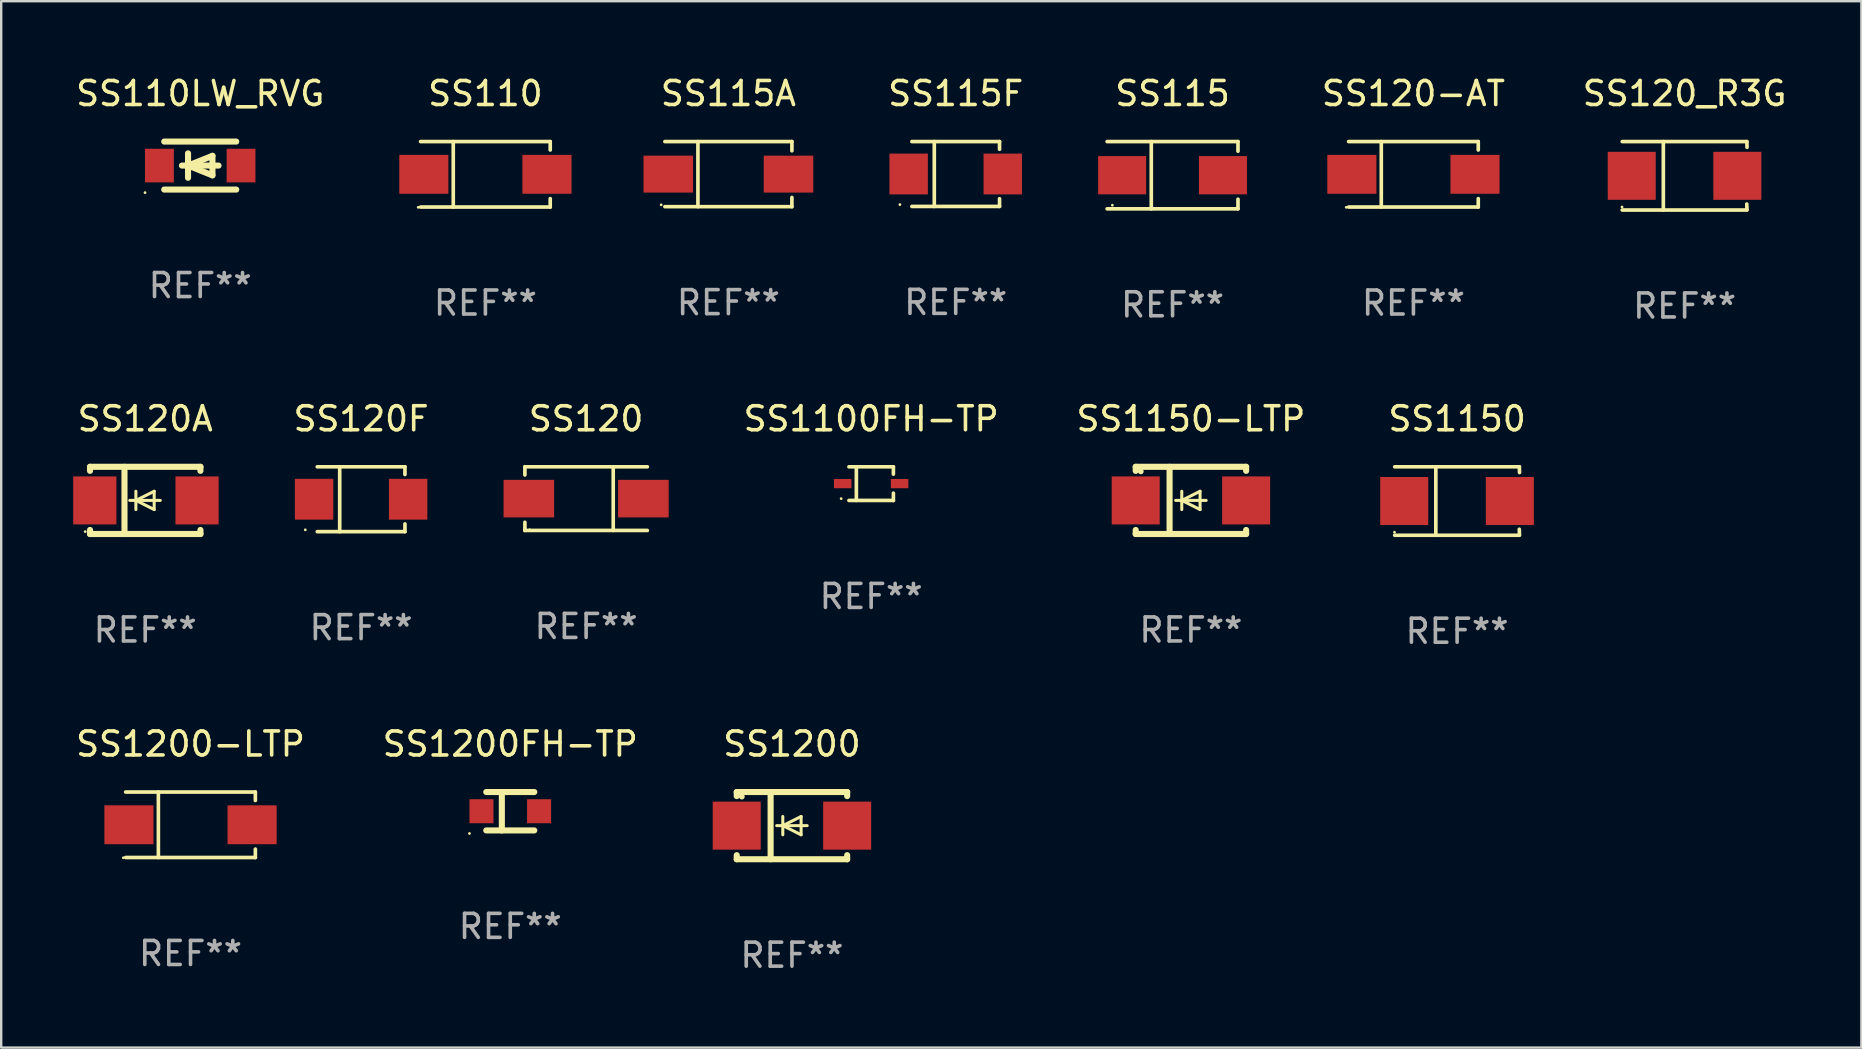
<source format=kicad_pcb>
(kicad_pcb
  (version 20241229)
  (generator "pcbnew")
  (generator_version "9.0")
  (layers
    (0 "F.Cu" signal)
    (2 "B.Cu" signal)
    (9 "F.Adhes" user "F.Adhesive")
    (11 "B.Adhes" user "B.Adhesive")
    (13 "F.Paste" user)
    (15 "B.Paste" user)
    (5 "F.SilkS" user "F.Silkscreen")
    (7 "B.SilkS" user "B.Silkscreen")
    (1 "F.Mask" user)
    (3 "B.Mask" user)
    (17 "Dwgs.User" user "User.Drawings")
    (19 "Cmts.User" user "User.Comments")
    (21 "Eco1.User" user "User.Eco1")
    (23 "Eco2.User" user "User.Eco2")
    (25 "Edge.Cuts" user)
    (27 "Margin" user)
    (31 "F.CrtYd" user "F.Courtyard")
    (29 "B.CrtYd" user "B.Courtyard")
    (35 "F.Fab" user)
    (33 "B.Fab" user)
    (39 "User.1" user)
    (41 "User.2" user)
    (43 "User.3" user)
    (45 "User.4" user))
  (footprint "SS110"
    (layer "F.Cu")
    (at 17.172 4.212)
    (property "Reference" "SS110" (at 0 -3.364 0) (layer "F.SilkS") (effects (font (size 1 1) (thickness 0.15))))
    (attr through_hole)
    (fp_line (start -2.701 -1.364) (end 2.701 -1.364) (stroke (width 0.152) (type solid)) (layer "F.SilkS"))
    (fp_line (start -2.701 1.364) (end 2.701 1.364) (stroke (width 0.152) (type solid)) (layer "F.SilkS"))
    (fp_line (start -1.339 -1.364) (end -1.339 1.364) (stroke (width 0.152) (type solid)) (layer "F.SilkS"))
    (fp_line (start 2.701 -1.364) (end 2.701 -1.013) (stroke (width 0.152) (type solid)) (layer "F.SilkS"))
    (fp_line (start 2.701 1.364) (end 2.701 1.013) (stroke (width 0.152) (type solid)) (layer "F.SilkS"))
    (fp_circle (center -2.8 1.375) (end -2.77 1.375) (stroke (width 0.06) (type solid)) (fill no) (layer "F.SilkS"))
    (fp_text user "REF**" (at 0 5.364 0) (layer "F.Fab") (effects (font (size 1 1) (thickness 0.15))))
    (pad "1" smd rect (at -2.565 -0.000025) (size 2.046 1.62) (layers "F.Cu" "F.Mask" "F.Paste"))
    (pad "2" smd rect (at 2.565 -0.000025) (size 2.046 1.62) (layers "F.Cu" "F.Mask" "F.Paste")))
  (footprint "SS1150-LTP"
    (layer "F.Cu")
    (at 46.564 17.797)
    (property "Reference" "SS1150-LTP" (at 0 -3.4 0) (layer "F.SilkS") (effects (font (size 1 1) (thickness 0.15))))
    (attr through_hole)
    (fp_line (start -2.3 -1.4) (end -2.3 -1.231) (stroke (width 0.254) (type solid)) (layer "F.SilkS"))
    (fp_line (start -2.3 -1.4) (end 2.3 -1.4) (stroke (width 0.254) (type solid)) (layer "F.SilkS"))
    (fp_line (start -2.3 1.231) (end -2.3 1.4) (stroke (width 0.254) (type solid)) (layer "F.SilkS"))
    (fp_line (start -2.3 1.4) (end 2.3 1.4) (stroke (width 0.254) (type solid)) (layer "F.SilkS"))
    (fp_line (start -0.889 1.4) (end -0.889 -1.4) (stroke (width 0.254) (type solid)) (layer "F.SilkS"))
    (fp_line (start -0.381 0) (end -0.381 -0.381) (stroke (width 0.127) (type solid)) (layer "F.SilkS"))
    (fp_line (start -0.381 0) (end -0.381 0.381) (stroke (width 0.127) (type solid)) (layer "F.SilkS"))
    (fp_line (start 0.381 -0.381) (end -0.381 0) (stroke (width 0.127) (type solid)) (layer "F.SilkS"))
    (fp_line (start 0.381 0) (end 0.381 -0.381) (stroke (width 0.127) (type solid)) (layer "F.SilkS"))
    (fp_line (start 0.381 0) (end 0.381 0.381) (stroke (width 0.127) (type solid)) (layer "F.SilkS"))
    (fp_line (start 0.381 0.381) (end -0.381 0) (stroke (width 0.127) (type solid)) (layer "F.SilkS"))
    (fp_line (start 0.635 0) (end -0.635 0) (stroke (width 0.127) (type solid)) (layer "F.SilkS"))
    (fp_line (start 2.3 -1.4) (end 2.3 -1.231) (stroke (width 0.254) (type solid)) (layer "F.SilkS"))
    (fp_line (start 2.3 1.231) (end 2.3 1.4) (stroke (width 0.254) (type solid)) (layer "F.SilkS"))
    (fp_circle (center -2.088 -1.208) (end -2.028 -1.208) (stroke (width 0.12) (type solid)) (fill no) (layer "F.SilkS"))
    (fp_text user "REF**" (at 0 5.4 0) (layer "F.Fab") (effects (font (size 1 1) (thickness 0.15))))
    (pad "1" smd rect (at -2.3 0 180) (size 2 2) (layers "F.Cu" "F.Mask" "F.Paste"))
    (pad "2" smd rect (at 2.3 0 180) (size 2 2) (layers "F.Cu" "F.Mask" "F.Paste")))
  (footprint "SS1200FH-TP"
    (layer "F.Cu")
    (at 18.208 30.746)
    (property "Reference" "SS1200FH-TP" (at 0 -2.8 0) (layer "F.SilkS") (effects (font (size 1 1) (thickness 0.15))))
    (attr through_hole)
    (fp_line (start -1 -0.8) (end 1 -0.8) (stroke (width 0.254) (type solid)) (layer "F.SilkS"))
    (fp_line (start -1 0.8) (end 1 0.8) (stroke (width 0.254) (type solid)) (layer "F.SilkS"))
    (fp_line (start -0.351 -0.8) (end -0.351 0.8) (stroke (width 0.254) (type solid)) (layer "F.SilkS"))
    (fp_circle (center -1.7 0.927) (end -1.67 0.927) (stroke (width 0.06) (type solid)) (fill no) (layer "F.SilkS"))
    (fp_text user "REF**" (at 0 4.8 0) (layer "F.Fab") (effects (font (size 1 1) (thickness 0.15))))
    (pad "1" smd rect (at -1.2 0 180) (size 1 1) (layers "F.Cu" "F.Mask" "F.Paste"))
    (pad "2" smd rect (at 1.2 0 180) (size 1 1) (layers "F.Cu" "F.Mask" "F.Paste")))
  (footprint "SS1150"
    (layer "F.Cu")
    (at 57.654 17.823)
    (property "Reference" "SS1150" (at 0 -3.426 0) (layer "F.SilkS") (effects (font (size 1 1) (thickness 0.15))))
    (attr through_hole)
    (fp_line (start -2.6 -1.426) (end 2.593 -1.426) (stroke (width 0.152) (type solid)) (layer "F.SilkS"))
    (fp_line (start -2.6 1.426) (end 2.593 1.426) (stroke (width 0.152) (type solid)) (layer "F.SilkS"))
    (fp_line (start -0.887 -1.426) (end -0.887 1.426) (stroke (width 0.152) (type solid)) (layer "F.SilkS"))
    (fp_line (start 2.59 1.176) (end 2.597 1.415) (stroke (width 0.152) (type solid)) (layer "F.SilkS"))
    (fp_line (start 2.593 -1.426) (end 2.6 -1.187) (stroke (width 0.152) (type solid)) (layer "F.SilkS"))
    (fp_circle (center -2.608 1.3) (end -2.578 1.3) (stroke (width 0.06) (type solid)) (fill no) (layer "F.SilkS"))
    (fp_text user "REF**" (at 0 5.426 0) (layer "F.Fab") (effects (font (size 1 1) (thickness 0.15))))
    (pad "1" smd rect (at -2.203 0 180) (size 2 2) (layers "F.Cu" "F.Mask" "F.Paste"))
    (pad "2" smd rect (at 2.197 0 180) (size 2 2) (layers "F.Cu" "F.Mask" "F.Paste")))
  (footprint "SS120F"
    (layer "F.Cu")
    (at 11.994 17.748)
    (property "Reference" "SS120F" (at 0 -3.351 0) (layer "F.SilkS") (effects (font (size 1 1) (thickness 0.15))))
    (attr through_hole)
    (fp_line (start -1.826 -1.351) (end 1.826 -1.351) (stroke (width 0.152) (type solid)) (layer "F.SilkS"))
    (fp_line (start -1.826 1.351) (end 1.826 1.351) (stroke (width 0.152) (type solid)) (layer "F.SilkS"))
    (fp_line (start -0.892 -1.351) (end -0.892 1.351) (stroke (width 0.152) (type solid)) (layer "F.SilkS"))
    (fp_line (start 1.826 -1.351) (end 1.826 -1.03) (stroke (width 0.152) (type solid)) (layer "F.SilkS"))
    (fp_line (start 1.826 1.03) (end 1.826 1.351) (stroke (width 0.152) (type solid)) (layer "F.SilkS"))
    (fp_circle (center -2.325 1.275) (end -2.295 1.275) (stroke (width 0.06) (type solid)) (fill no) (layer "F.SilkS"))
    (fp_text user "REF**" (at 0 5.351 0) (layer "F.Fab") (effects (font (size 1 1) (thickness 0.15))))
    (pad "1" smd rect (at -1.96 0 180) (size 1.6 1.7) (layers "F.Cu" "F.Mask" "F.Paste"))
    (pad "2" smd rect (at 1.96 0 180) (size 1.6 1.7) (layers "F.Cu" "F.Mask" "F.Paste")))
  (footprint "SS1100FH-TP"
    (layer "F.Cu")
    (at 33.243 17.098)
    (property "Reference" "SS1100FH-TP" (at 0 -2.701 0) (layer "F.SilkS") (effects (font (size 1 1) (thickness 0.15))))
    (attr through_hole)
    (fp_line (start -0.926 -0.701) (end 0.926 -0.701) (stroke (width 0.152) (type solid)) (layer "F.SilkS"))
    (fp_line (start -0.926 0.701) (end 0.926 0.701) (stroke (width 0.152) (type solid)) (layer "F.SilkS"))
    (fp_line (start -0.617 -0.701) (end -0.617 0.701) (stroke (width 0.152) (type solid)) (layer "F.SilkS"))
    (fp_line (start 0.926 -0.701) (end 0.926 -0.396) (stroke (width 0.152) (type solid)) (layer "F.SilkS"))
    (fp_line (start 0.926 0.701) (end 0.926 0.396) (stroke (width 0.152) (type solid)) (layer "F.SilkS"))
    (fp_circle (center -1.25 0.625) (end -1.22 0.625) (stroke (width 0.06) (type solid)) (fill no) (layer "F.SilkS"))
    (fp_text user "REF**" (at 0 4.701 0) (layer "F.Fab") (effects (font (size 1 1) (thickness 0.15))))
    (pad "1" smd rect (at -1.185 0 180) (size 0.73 0.385) (layers "F.Cu" "F.Mask" "F.Paste"))
    (pad "2" smd rect (at 1.185 0 180) (size 0.73 0.385) (layers "F.Cu" "F.Mask" "F.Paste")))
  (footprint "SS1200-LTP"
    (layer "F.Cu")
    (at 4.887 31.31)
    (property "Reference" "SS1200-LTP" (at 0 -3.364 0) (layer "F.SilkS") (effects (font (size 1 1) (thickness 0.15))))
    (attr through_hole)
    (fp_line (start -2.701 -1.364) (end 2.701 -1.364) (stroke (width 0.152) (type solid)) (layer "F.SilkS"))
    (fp_line (start -2.701 1.364) (end 2.701 1.364) (stroke (width 0.152) (type solid)) (layer "F.SilkS"))
    (fp_line (start -1.339 -1.364) (end -1.339 1.364) (stroke (width 0.152) (type solid)) (layer "F.SilkS"))
    (fp_line (start 2.701 -1.364) (end 2.701 -1.013) (stroke (width 0.152) (type solid)) (layer "F.SilkS"))
    (fp_line (start 2.701 1.364) (end 2.701 1.013) (stroke (width 0.152) (type solid)) (layer "F.SilkS"))
    (fp_circle (center -2.8 1.375) (end -2.77 1.375) (stroke (width 0.06) (type solid)) (fill no) (layer "F.SilkS"))
    (fp_text user "REF**" (at 0 5.364 0) (layer "F.Fab") (effects (font (size 1 1) (thickness 0.15))))
    (pad "1" smd rect (at -2.565 -0.000025) (size 2.046 1.62) (layers "F.Cu" "F.Mask" "F.Paste"))
    (pad "2" smd rect (at 2.565 -0.000025) (size 2.046 1.62) (layers "F.Cu" "F.Mask" "F.Paste")))
  (footprint "SS120_R3G"
    (layer "F.Cu")
    (at 67.132 4.274)
    (property "Reference" "SS120_R3G" (at 0 -3.426 0) (layer "F.SilkS") (effects (font (size 1 1) (thickness 0.15))))
    (attr through_hole)
    (fp_line (start -2.6 -1.426) (end 2.593 -1.426) (stroke (width 0.152) (type solid)) (layer "F.SilkS"))
    (fp_line (start -2.6 1.426) (end 2.593 1.426) (stroke (width 0.152) (type solid)) (layer "F.SilkS"))
    (fp_line (start -0.887 -1.426) (end -0.887 1.426) (stroke (width 0.152) (type solid)) (layer "F.SilkS"))
    (fp_line (start 2.59 1.176) (end 2.597 1.415) (stroke (width 0.152) (type solid)) (layer "F.SilkS"))
    (fp_line (start 2.593 -1.426) (end 2.6 -1.187) (stroke (width 0.152) (type solid)) (layer "F.SilkS"))
    (fp_circle (center -2.608 1.3) (end -2.578 1.3) (stroke (width 0.06) (type solid)) (fill no) (layer "F.SilkS"))
    (fp_text user "REF**" (at 0 5.426 0) (layer "F.Fab") (effects (font (size 1 1) (thickness 0.15))))
    (pad "1" smd rect (at -2.203 0 180) (size 2 2) (layers "F.Cu" "F.Mask" "F.Paste"))
    (pad "2" smd rect (at 2.197 0 180) (size 2 2) (layers "F.Cu" "F.Mask" "F.Paste")))
  (footprint "SS115A"
    (layer "F.Cu")
    (at 27.295 4.204)
    (property "Reference" "SS115A" (at 0 -3.356 0) (layer "F.SilkS") (effects (font (size 1 1) (thickness 0.15))))
    (attr through_hole)
    (fp_line (start -2.646 -1.356) (end 2.646 -1.356) (stroke (width 0.152) (type solid)) (layer "F.SilkS"))
    (fp_line (start -2.646 1.356) (end 2.646 1.356) (stroke (width 0.152) (type solid)) (layer "F.SilkS"))
    (fp_line (start -1.269 -1.356) (end -1.269 1.356) (stroke (width 0.152) (type solid)) (layer "F.SilkS"))
    (fp_line (start 2.646 -1.356) (end 2.646 -0.973) (stroke (width 0.152) (type solid)) (layer "F.SilkS"))
    (fp_line (start 2.646 1.356) (end 2.646 0.973) (stroke (width 0.152) (type solid)) (layer "F.SilkS"))
    (fp_circle (center -2.8 1.28) (end -2.77 1.28) (stroke (width 0.06) (type solid)) (fill no) (layer "F.SilkS"))
    (fp_text user "REF**" (at 0 5.356 0) (layer "F.Fab") (effects (font (size 1 1) (thickness 0.15))))
    (pad "1" smd rect (at 2.504 0) (size 2.063 1.539) (layers "F.Cu" "F.Mask" "F.Paste"))
    (pad "2" smd rect (at -2.504 0) (size 2.063 1.539) (layers "F.Cu" "F.Mask" "F.Paste")))
  (footprint "SS110LW_RVG"
    (layer "F.Cu")
    (at 5.292 3.848)
    (property "Reference" "SS110LW_RVG" (at 0 -3 0) (layer "F.SilkS") (effects (font (size 1 1) (thickness 0.15))))
    (attr through_hole)
    (fp_line (start -1.5 -1) (end 1.5 -1) (stroke (width 0.254) (type solid)) (layer "F.SilkS"))
    (fp_line (start -1.5 1) (end 1.5 1) (stroke (width 0.254) (type solid)) (layer "F.SilkS"))
    (fp_line (start -0.762 0) (end 0.762 0) (stroke (width 0.254) (type solid)) (layer "F.SilkS"))
    (fp_line (start -0.508 -0.508) (end -0.508 0.508) (stroke (width 0.254) (type solid)) (layer "F.SilkS"))
    (fp_line (start -0.508 0) (end 0.508 -0.406) (stroke (width 0.254) (type solid)) (layer "F.SilkS"))
    (fp_line (start 0.508 -0.406) (end 0.508 0.406) (stroke (width 0.254) (type solid)) (layer "F.SilkS"))
    (fp_line (start 0.508 0.406) (end -0.508 0) (stroke (width 0.254) (type solid)) (layer "F.SilkS"))
    (fp_circle (center -2.3 1.127) (end -2.27 1.127) (stroke (width 0.06) (type solid)) (fill no) (layer "F.SilkS"))
    (fp_text user "REF**" (at 0 5 0) (layer "F.Fab") (effects (font (size 1 1) (thickness 0.15))))
    (pad "1" smd rect (at -1.7 0) (size 1.2 1.4) (layers "F.Cu" "F.Mask" "F.Paste"))
    (pad "2" smd rect (at 1.7 0) (size 1.2 1.4) (layers "F.Cu" "F.Mask" "F.Paste")))
  (footprint "SS120A"
    (layer "F.Cu")
    (at 3 17.797)
    (property "Reference" "SS120A" (at 0 -3.4 0) (layer "F.SilkS") (effects (font (size 1 1) (thickness 0.15))))
    (attr through_hole)
    (fp_line (start -2.3 -1.4) (end -2.3 -1.231) (stroke (width 0.254) (type solid)) (layer "F.SilkS"))
    (fp_line (start -2.3 -1.4) (end 2.3 -1.4) (stroke (width 0.254) (type solid)) (layer "F.SilkS"))
    (fp_line (start -2.3 1.231) (end -2.3 1.4) (stroke (width 0.254) (type solid)) (layer "F.SilkS"))
    (fp_line (start -2.3 1.4) (end 2.3 1.4) (stroke (width 0.254) (type solid)) (layer "F.SilkS"))
    (fp_line (start -0.864 1.4) (end -0.864 -1.4) (stroke (width 0.254) (type solid)) (layer "F.SilkS"))
    (fp_line (start -0.389 0) (end -0.389 -0.381) (stroke (width 0.127) (type solid)) (layer "F.SilkS"))
    (fp_line (start -0.389 0) (end -0.389 0.381) (stroke (width 0.127) (type solid)) (layer "F.SilkS"))
    (fp_line (start 0.373 -0.381) (end -0.389 0) (stroke (width 0.127) (type solid)) (layer "F.SilkS"))
    (fp_line (start 0.373 0) (end 0.373 -0.381) (stroke (width 0.127) (type solid)) (layer "F.SilkS"))
    (fp_line (start 0.373 0) (end 0.373 0.381) (stroke (width 0.127) (type solid)) (layer "F.SilkS"))
    (fp_line (start 0.373 0.381) (end -0.389 0) (stroke (width 0.127) (type solid)) (layer "F.SilkS"))
    (fp_line (start 0.627 0) (end -0.643 0) (stroke (width 0.127) (type solid)) (layer "F.SilkS"))
    (fp_line (start 2.3 -1.4) (end 2.3 -1.231) (stroke (width 0.254) (type solid)) (layer "F.SilkS"))
    (fp_line (start 2.3 1.231) (end 2.3 1.4) (stroke (width 0.254) (type solid)) (layer "F.SilkS"))
    (fp_circle (center -2.5 1.3) (end -2.47 1.3) (stroke (width 0.06) (type solid)) (fill no) (layer "F.SilkS"))
    (fp_text user "REF**" (at 0 5.4 0) (layer "F.Fab") (effects (font (size 1 1) (thickness 0.15))))
    (pad "1" smd rect (at -2.1 0 180) (size 1.8 2) (layers "F.Cu" "F.Mask" "F.Paste"))
    (pad "2" smd rect (at 2.159 0 180) (size 1.8 2) (layers "F.Cu" "F.Mask" "F.Paste")))
  (footprint "SS120-AT"
    (layer "F.Cu")
    (at 55.834 4.212)
    (property "Reference" "SS120-AT" (at 0 -3.364 0) (layer "F.SilkS") (effects (font (size 1 1) (thickness 0.15))))
    (attr through_hole)
    (fp_line (start -2.701 -1.364) (end 2.701 -1.364) (stroke (width 0.152) (type solid)) (layer "F.SilkS"))
    (fp_line (start -2.701 1.364) (end 2.701 1.364) (stroke (width 0.152) (type solid)) (layer "F.SilkS"))
    (fp_line (start -1.339 -1.364) (end -1.339 1.364) (stroke (width 0.152) (type solid)) (layer "F.SilkS"))
    (fp_line (start 2.701 -1.364) (end 2.701 -1.013) (stroke (width 0.152) (type solid)) (layer "F.SilkS"))
    (fp_line (start 2.701 1.364) (end 2.701 1.013) (stroke (width 0.152) (type solid)) (layer "F.SilkS"))
    (fp_circle (center -2.8 1.375) (end -2.77 1.375) (stroke (width 0.06) (type solid)) (fill no) (layer "F.SilkS"))
    (fp_text user "REF**" (at 0 5.364 0) (layer "F.Fab") (effects (font (size 1 1) (thickness 0.15))))
    (pad "1" smd rect (at -2.565 -0.000025) (size 2.046 1.62) (layers "F.Cu" "F.Mask" "F.Paste"))
    (pad "2" smd rect (at 2.565 -0.000025) (size 2.046 1.62) (layers "F.Cu" "F.Mask" "F.Paste")))
  (footprint "SS120"
    (layer "F.Cu")
    (at 21.368 17.723)
    (property "Reference" "SS120" (at 0 -3.326 0) (layer "F.SilkS") (effects (font (size 1 1) (thickness 0.15))))
    (attr through_hole)
    (fp_line (start -2.551 -1.326) (end -2.551 -0.986) (stroke (width 0.152) (type solid)) (layer "F.SilkS"))
    (fp_line (start -2.551 1.326) (end -2.551 0.986) (stroke (width 0.152) (type solid)) (layer "F.SilkS"))
    (fp_line (start 1.129 1.326) (end 1.129 -1.326) (stroke (width 0.152) (type solid)) (layer "F.SilkS"))
    (fp_line (start 2.551 -1.326) (end -2.551 -1.326) (stroke (width 0.152) (type solid)) (layer "F.SilkS"))
    (fp_line (start 2.551 1.326) (end -2.551 1.326) (stroke (width 0.152) (type solid)) (layer "F.SilkS"))
    (fp_circle (center -2.35 1.3) (end -2.32 1.3) (stroke (width 0.06) (type solid)) (fill no) (layer "F.SilkS"))
    (fp_text user "REF**" (at 0 5.326 0) (layer "F.Fab") (effects (font (size 1 1) (thickness 0.15))))
    (pad "1" smd rect (at -2.386 0) (size 2.107 1.566) (layers "F.Cu" "F.Mask" "F.Paste"))
    (pad "2" smd rect (at 2.386 0) (size 2.107 1.566) (layers "F.Cu" "F.Mask" "F.Paste")))
  (footprint "SS115"
    (layer "F.Cu")
    (at 45.799 4.249)
    (property "Reference" "SS115" (at 0 -3.401 0) (layer "F.SilkS") (effects (font (size 1 1) (thickness 0.15))))
    (attr through_hole)
    (fp_line (start -2.726 -1.401) (end 2.726 -1.401) (stroke (width 0.152) (type solid)) (layer "F.SilkS"))
    (fp_line (start -2.726 1.401) (end 2.726 1.401) (stroke (width 0.152) (type solid)) (layer "F.SilkS"))
    (fp_line (start -0.886 -1.401) (end -0.886 1.401) (stroke (width 0.152) (type solid)) (layer "F.SilkS"))
    (fp_line (start 2.726 -1.401) (end 2.726 -1) (stroke (width 0.152) (type solid)) (layer "F.SilkS"))
    (fp_line (start 2.726 1.401) (end 2.726 1) (stroke (width 0.152) (type solid)) (layer "F.SilkS"))
    (fp_circle (center -2.507 1.25) (end -2.477 1.25) (stroke (width 0.06) (type solid)) (fill no) (layer "F.SilkS"))
    (fp_text user "REF**" (at 0 5.401 0) (layer "F.Fab") (effects (font (size 1 1) (thickness 0.15))))
    (pad "1" smd rect (at -2.1 0 180) (size 2 1.593) (layers "F.Cu" "F.Mask" "F.Paste"))
    (pad "2" smd rect (at 2.1 0 180) (size 2 1.593) (layers "F.Cu" "F.Mask" "F.Paste")))
  (footprint "SS1200"
    (layer "F.Cu")
    (at 29.943 31.346)
    (property "Reference" "SS1200" (at 0 -3.4 0) (layer "F.SilkS") (effects (font (size 1 1) (thickness 0.15))))
    (attr through_hole)
    (fp_line (start -2.3 -1.4) (end -2.3 -1.231) (stroke (width 0.254) (type solid)) (layer "F.SilkS"))
    (fp_line (start -2.3 -1.4) (end 2.3 -1.4) (stroke (width 0.254) (type solid)) (layer "F.SilkS"))
    (fp_line (start -2.3 1.231) (end -2.3 1.4) (stroke (width 0.254) (type solid)) (layer "F.SilkS"))
    (fp_line (start -2.3 1.4) (end 2.3 1.4) (stroke (width 0.254) (type solid)) (layer "F.SilkS"))
    (fp_line (start -0.889 1.4) (end -0.889 -1.4) (stroke (width 0.254) (type solid)) (layer "F.SilkS"))
    (fp_line (start -0.381 0) (end -0.381 -0.381) (stroke (width 0.127) (type solid)) (layer "F.SilkS"))
    (fp_line (start -0.381 0) (end -0.381 0.381) (stroke (width 0.127) (type solid)) (layer "F.SilkS"))
    (fp_line (start 0.381 -0.381) (end -0.381 0) (stroke (width 0.127) (type solid)) (layer "F.SilkS"))
    (fp_line (start 0.381 0) (end 0.381 -0.381) (stroke (width 0.127) (type solid)) (layer "F.SilkS"))
    (fp_line (start 0.381 0) (end 0.381 0.381) (stroke (width 0.127) (type solid)) (layer "F.SilkS"))
    (fp_line (start 0.381 0.381) (end -0.381 0) (stroke (width 0.127) (type solid)) (layer "F.SilkS"))
    (fp_line (start 0.635 0) (end -0.635 0) (stroke (width 0.127) (type solid)) (layer "F.SilkS"))
    (fp_line (start 2.3 -1.4) (end 2.3 -1.231) (stroke (width 0.254) (type solid)) (layer "F.SilkS"))
    (fp_line (start 2.3 1.231) (end 2.3 1.4) (stroke (width 0.254) (type solid)) (layer "F.SilkS"))
    (fp_circle (center -2.088 -1.208) (end -2.028 -1.208) (stroke (width 0.12) (type solid)) (fill no) (layer "F.SilkS"))
    (fp_text user "REF**" (at 0 5.4 0) (layer "F.Fab") (effects (font (size 1 1) (thickness 0.15))))
    (pad "1" smd rect (at -2.3 0 180) (size 2 2) (layers "F.Cu" "F.Mask" "F.Paste"))
    (pad "2" smd rect (at 2.3 0 180) (size 2 2) (layers "F.Cu" "F.Mask" "F.Paste")))
  (footprint "SS115F"
    (layer "F.Cu")
    (at 36.765 4.199)
    (property "Reference" "SS115F" (at 0 -3.351 0) (layer "F.SilkS") (effects (font (size 1 1) (thickness 0.15))))
    (attr through_hole)
    (fp_line (start -1.826 -1.351) (end 1.826 -1.351) (stroke (width 0.152) (type solid)) (layer "F.SilkS"))
    (fp_line (start -1.826 1.351) (end 1.826 1.351) (stroke (width 0.152) (type solid)) (layer "F.SilkS"))
    (fp_line (start -0.892 -1.351) (end -0.892 1.351) (stroke (width 0.152) (type solid)) (layer "F.SilkS"))
    (fp_line (start 1.826 -1.351) (end 1.826 -1.03) (stroke (width 0.152) (type solid)) (layer "F.SilkS"))
    (fp_line (start 1.826 1.03) (end 1.826 1.351) (stroke (width 0.152) (type solid)) (layer "F.SilkS"))
    (fp_circle (center -2.325 1.275) (end -2.295 1.275) (stroke (width 0.06) (type solid)) (fill no) (layer "F.SilkS"))
    (fp_text user "REF**" (at 0 5.351 0) (layer "F.Fab") (effects (font (size 1 1) (thickness 0.15))))
    (pad "1" smd rect (at -1.96 0 180) (size 1.6 1.7) (layers "F.Cu" "F.Mask" "F.Paste"))
    (pad "2" smd rect (at 1.96 0 180) (size 1.6 1.7) (layers "F.Cu" "F.Mask" "F.Paste")))
  (gr_rect
    (start -3 -3)
    (end 74.495 40.594)
    (stroke (width 0.1) (type default))
    (fill no)
    (layer "Edge.Cuts")))
</source>
